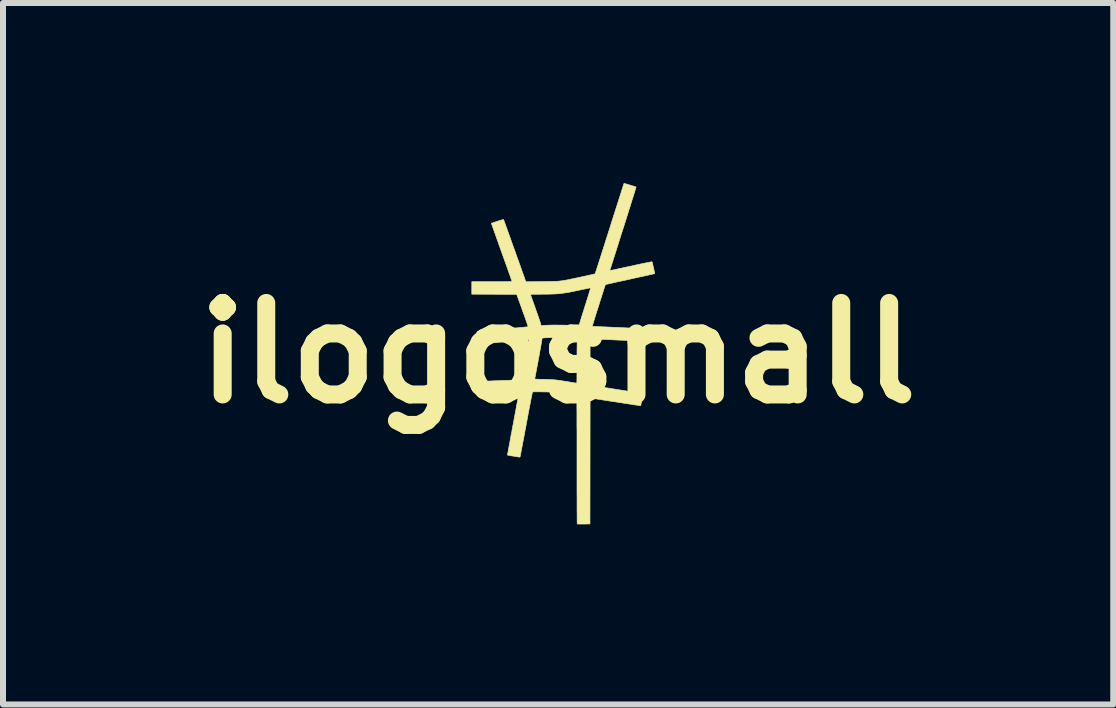
<source format=kicad_pcb>
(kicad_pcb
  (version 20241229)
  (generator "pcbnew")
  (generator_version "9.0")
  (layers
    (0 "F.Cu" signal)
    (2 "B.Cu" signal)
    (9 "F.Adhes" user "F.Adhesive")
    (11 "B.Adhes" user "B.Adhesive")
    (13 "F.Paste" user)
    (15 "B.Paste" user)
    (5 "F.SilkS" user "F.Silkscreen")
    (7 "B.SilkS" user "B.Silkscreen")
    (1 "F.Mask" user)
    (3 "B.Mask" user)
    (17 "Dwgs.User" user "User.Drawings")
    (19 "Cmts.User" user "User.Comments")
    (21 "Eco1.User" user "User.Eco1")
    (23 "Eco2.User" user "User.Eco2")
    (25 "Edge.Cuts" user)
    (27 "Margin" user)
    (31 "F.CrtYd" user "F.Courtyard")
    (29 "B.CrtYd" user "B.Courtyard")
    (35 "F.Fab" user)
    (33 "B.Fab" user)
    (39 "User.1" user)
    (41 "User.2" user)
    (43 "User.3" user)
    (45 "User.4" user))
  (footprint "ilogosmall"
    (layer "F.Cu")
    (at 6.248 2.832)
    (property "Reference" "ilogosmall" (at 0 0 0) (layer "F.SilkS") (effects (font (size 1.524 1.524) (thickness 0.3))))
    (attr through_hole)
    (fp_poly (pts (xy 1.103 -2.826) (xy 1.117 -2.822) (xy 1.136 -2.817) (xy 1.159 -2.81) (xy 1.186 -2.802) (xy 1.213 -2.794) (xy 1.239 -2.786) (xy 1.262 -2.779) (xy 1.282 -2.773) (xy 1.294 -2.769) (xy 1.299 -2.767) (xy 1.298 -2.762) (xy 1.294 -2.747) (xy 1.287 -2.725) (xy 1.278 -2.694) (xy 1.266 -2.655) (xy 1.252 -2.61) (xy 1.235 -2.558) (xy 1.217 -2.501) (xy 1.198 -2.438) (xy 1.176 -2.37) (xy 1.154 -2.298) (xy 1.13 -2.222) (xy 1.105 -2.143) (xy 1.081 -2.069) (xy 1.055 -1.988) (xy 1.03 -1.909) (xy 1.007 -1.834) (xy 0.984 -1.762) (xy 0.963 -1.695) (xy 0.943 -1.633) (xy 0.925 -1.576) (xy 0.909 -1.525) (xy 0.894 -1.48) (xy 0.883 -1.442) (xy 0.873 -1.412) (xy 0.866 -1.39) (xy 0.862 -1.377) (xy 0.861 -1.373) (xy 0.866 -1.374) (xy 0.88 -1.377) (xy 0.902 -1.382) (xy 0.932 -1.388) (xy 0.969 -1.396) (xy 1.012 -1.405) (xy 1.059 -1.415) (xy 1.112 -1.427) (xy 1.167 -1.439) (xy 1.211 -1.448) (xy 1.269 -1.461) (xy 1.324 -1.473) (xy 1.376 -1.484) (xy 1.423 -1.494) (xy 1.464 -1.502) (xy 1.5 -1.509) (xy 1.528 -1.515) (xy 1.549 -1.519) (xy 1.561 -1.521) (xy 1.564 -1.521) (xy 1.567 -1.515) (xy 1.571 -1.501) (xy 1.576 -1.481) (xy 1.581 -1.456) (xy 1.588 -1.43) (xy 1.594 -1.403) (xy 1.599 -1.377) (xy 1.604 -1.354) (xy 1.608 -1.337) (xy 1.609 -1.326) (xy 1.609 -1.323) (xy 1.604 -1.322) (xy 1.59 -1.319) (xy 1.567 -1.313) (xy 1.537 -1.306) (xy 1.499 -1.298) (xy 1.455 -1.288) (xy 1.406 -1.278) (xy 1.352 -1.266) (xy 1.294 -1.253) (xy 1.233 -1.24) (xy 1.199 -1.232) (xy 1.136 -1.218) (xy 1.077 -1.205) (xy 1.02 -1.193) (xy 0.968 -1.182) (xy 0.922 -1.171) (xy 0.881 -1.162) (xy 0.846 -1.154) (xy 0.819 -1.148) (xy 0.8 -1.144) (xy 0.79 -1.141) (xy 0.789 -1.141) (xy 0.787 -1.136) (xy 0.782 -1.121) (xy 0.775 -1.1) (xy 0.765 -1.071) (xy 0.754 -1.036) (xy 0.741 -0.997) (xy 0.728 -0.953) (xy 0.713 -0.907) (xy 0.697 -0.858) (xy 0.682 -0.808) (xy 0.666 -0.758) (xy 0.65 -0.709) (xy 0.635 -0.662) (xy 0.621 -0.617) (xy 0.609 -0.576) (xy 0.597 -0.539) (xy 0.588 -0.508) (xy 0.58 -0.484) (xy 0.575 -0.467) (xy 0.573 -0.458) (xy 0.573 -0.457) (xy 0.572 -0.445) (xy 1.079 -0.422) (xy 1.15 -0.419) (xy 1.219 -0.416) (xy 1.283 -0.413) (xy 1.343 -0.41) (xy 1.399 -0.408) (xy 1.448 -0.405) (xy 1.492 -0.403) (xy 1.528 -0.401) (xy 1.557 -0.399) (xy 1.577 -0.398) (xy 1.588 -0.397) (xy 1.591 -0.397) (xy 1.591 -0.391) (xy 1.591 -0.377) (xy 1.591 -0.357) (xy 1.59 -0.332) (xy 1.589 -0.305) (xy 1.588 -0.277) (xy 1.587 -0.25) (xy 1.585 -0.227) (xy 1.584 -0.208) (xy 1.583 -0.196) (xy 1.582 -0.193) (xy 1.577 -0.193) (xy 1.562 -0.194) (xy 1.539 -0.194) (xy 1.508 -0.195) (xy 1.471 -0.197) (xy 1.427 -0.199) (xy 1.379 -0.201) (xy 1.326 -0.203) (xy 1.269 -0.205) (xy 1.21 -0.207) (xy 1.149 -0.21) (xy 1.087 -0.213) (xy 1.025 -0.215) (xy 0.963 -0.218) (xy 0.903 -0.221) (xy 0.845 -0.223) (xy 0.791 -0.226) (xy 0.74 -0.228) (xy 0.694 -0.23) (xy 0.654 -0.232) (xy 0.62 -0.234) (xy 0.594 -0.235) (xy 0.576 -0.236) (xy 0.568 -0.237) (xy 0.533 -0.24) (xy 0.533 0.536) (xy 0.968 0.605) (xy 1.033 0.615) (xy 1.096 0.625) (xy 1.155 0.634) (xy 1.209 0.643) (xy 1.258 0.651) (xy 1.302 0.658) (xy 1.339 0.664) (xy 1.369 0.669) (xy 1.391 0.673) (xy 1.404 0.675) (xy 1.407 0.676) (xy 1.408 0.681) (xy 1.406 0.695) (xy 1.404 0.715) (xy 1.401 0.739) (xy 1.396 0.766) (xy 1.392 0.793) (xy 1.388 0.82) (xy 1.383 0.843) (xy 1.38 0.862) (xy 1.377 0.874) (xy 1.375 0.877) (xy 1.37 0.876) (xy 1.356 0.875) (xy 1.333 0.871) (xy 1.303 0.867) (xy 1.267 0.862) (xy 1.225 0.855) (xy 1.179 0.848) (xy 1.129 0.841) (xy 1.076 0.832) (xy 1.021 0.824) (xy 0.965 0.815) (xy 0.909 0.807) (xy 0.854 0.798) (xy 0.801 0.79) (xy 0.75 0.782) (xy 0.703 0.774) (xy 0.66 0.768) (xy 0.623 0.762) (xy 0.591 0.756) (xy 0.567 0.752) (xy 0.551 0.75) (xy 0.545 0.748) (xy 0.533 0.746) (xy 0.531 2.847) (xy 0.426 2.849) (xy 0.395 2.849) (xy 0.367 2.849) (xy 0.344 2.848) (xy 0.327 2.848) (xy 0.319 2.847) (xy 0.318 2.847) (xy 0.318 2.841) (xy 0.318 2.826) (xy 0.317 2.802) (xy 0.317 2.769) (xy 0.317 2.728) (xy 0.317 2.679) (xy 0.316 2.622) (xy 0.316 2.559) (xy 0.316 2.489) (xy 0.316 2.414) (xy 0.315 2.333) (xy 0.315 2.247) (xy 0.315 2.156) (xy 0.315 2.062) (xy 0.315 1.964) (xy 0.315 1.863) (xy 0.315 1.777) (xy 0.315 1.649) (xy 0.315 1.528) (xy 0.315 1.415) (xy 0.315 1.309) (xy 0.314 1.212) (xy 0.314 1.122) (xy 0.314 1.041) (xy 0.314 0.968) (xy 0.313 0.903) (xy 0.313 0.848) (xy 0.312 0.802) (xy 0.312 0.765) (xy 0.311 0.737) (xy 0.311 0.719) (xy 0.31 0.712) (xy 0.31 0.711) (xy 0.304 0.71) (xy 0.289 0.708) (xy 0.267 0.705) (xy 0.239 0.701) (xy 0.205 0.695) (xy 0.169 0.69) (xy 0.159 0.688) (xy 0.103 0.679) (xy 0.057 0.672) (xy 0.017 0.666) (xy -0.017 0.661) (xy -0.047 0.657) (xy -0.073 0.654) (xy -0.098 0.652) (xy -0.123 0.65) (xy -0.15 0.649) (xy -0.179 0.648) (xy -0.212 0.647) (xy -0.251 0.647) (xy -0.258 0.647) (xy -0.298 0.646) (xy -0.335 0.646) (xy -0.367 0.646) (xy -0.394 0.646) (xy -0.413 0.647) (xy -0.424 0.648) (xy -0.427 0.648) (xy -0.428 0.654) (xy -0.431 0.669) (xy -0.436 0.692) (xy -0.442 0.724) (xy -0.45 0.763) (xy -0.459 0.808) (xy -0.469 0.86) (xy -0.48 0.917) (xy -0.492 0.979) (xy -0.504 1.045) (xy -0.517 1.115) (xy -0.531 1.187) (xy -0.531 1.191) (xy -0.545 1.264) (xy -0.558 1.333) (xy -0.57 1.4) (xy -0.582 1.462) (xy -0.593 1.519) (xy -0.603 1.571) (xy -0.612 1.617) (xy -0.619 1.656) (xy -0.625 1.688) (xy -0.63 1.712) (xy -0.633 1.727) (xy -0.635 1.733) (xy -0.635 1.733) (xy -0.64 1.733) (xy -0.654 1.732) (xy -0.674 1.729) (xy -0.698 1.725) (xy -0.725 1.721) (xy -0.753 1.716) (xy -0.78 1.712) (xy -0.805 1.707) (xy -0.824 1.704) (xy -0.838 1.701) (xy -0.843 1.699) (xy -0.842 1.694) (xy -0.84 1.679) (xy -0.836 1.656) (xy -0.83 1.625) (xy -0.823 1.587) (xy -0.815 1.541) (xy -0.805 1.49) (xy -0.795 1.434) (xy -0.784 1.372) (xy -0.771 1.307) (xy -0.759 1.238) (xy -0.747 1.178) (xy -0.734 1.107) (xy -0.721 1.039) (xy -0.709 0.974) (xy -0.698 0.913) (xy -0.688 0.858) (xy -0.678 0.807) (xy -0.67 0.763) (xy -0.664 0.726) (xy -0.658 0.696) (xy -0.654 0.674) (xy -0.652 0.661) (xy -0.652 0.657) (xy -0.657 0.657) (xy -0.671 0.657) (xy -0.694 0.658) (xy -0.724 0.659) (xy -0.761 0.66) (xy -0.803 0.661) (xy -0.849 0.663) (xy -0.899 0.665) (xy -0.924 0.666) (xy -0.976 0.668) (xy -1.024 0.669) (xy -1.068 0.671) (xy -1.108 0.672) (xy -1.141 0.673) (xy -1.167 0.674) (xy -1.186 0.674) (xy -1.196 0.674) (xy -1.197 0.674) (xy -1.198 0.668) (xy -1.199 0.655) (xy -1.201 0.635) (xy -1.202 0.61) (xy -1.204 0.583) (xy -1.205 0.555) (xy -1.206 0.528) (xy -1.207 0.504) (xy -1.208 0.485) (xy -1.208 0.473) (xy -1.208 0.469) (xy -1.202 0.469) (xy -1.188 0.468) (xy -1.165 0.467) (xy -1.135 0.466) (xy -1.098 0.464) (xy -1.056 0.462) (xy -1.008 0.461) (xy -0.957 0.459) (xy -0.909 0.457) (xy -0.855 0.455) (xy -0.804 0.453) (xy -0.758 0.451) (xy -0.716 0.449) (xy -0.68 0.448) (xy -0.65 0.447) (xy -0.628 0.446) (xy -0.615 0.445) (xy -0.611 0.445) (xy -0.61 0.44) (xy -0.607 0.427) (xy -0.389 0.427) (xy -0.389 0.43) (xy -0.386 0.432) (xy -0.38 0.433) (xy -0.37 0.434) (xy -0.354 0.435) (xy -0.331 0.436) (xy -0.301 0.437) (xy -0.263 0.438) (xy -0.238 0.438) (xy -0.194 0.439) (xy -0.156 0.44) (xy -0.121 0.442) (xy -0.089 0.444) (xy -0.058 0.446) (xy -0.025 0.45) (xy 0.01 0.454) (xy 0.05 0.46) (xy 0.095 0.467) (xy 0.148 0.475) (xy 0.188 0.482) (xy 0.222 0.488) (xy 0.252 0.493) (xy 0.277 0.497) (xy 0.297 0.5) (xy 0.308 0.502) (xy 0.311 0.502) (xy 0.312 0.497) (xy 0.312 0.483) (xy 0.313 0.461) (xy 0.314 0.43) (xy 0.314 0.393) (xy 0.314 0.35) (xy 0.315 0.302) (xy 0.315 0.249) (xy 0.315 0.193) (xy 0.315 0.169) (xy 0.315 0.11) (xy 0.315 0.054) (xy 0.315 0.000009) (xy 0.316 -0.05) (xy 0.316 -0.094) (xy 0.317 -0.133) (xy 0.317 -0.165) (xy 0.318 -0.189) (xy 0.318 -0.204) (xy 0.318 -0.206) (xy 0.321 -0.248) (xy 0.225 -0.252) (xy 0.194 -0.253) (xy 0.157 -0.254) (xy 0.115 -0.255) (xy 0.07 -0.256) (xy 0.024 -0.256) (xy -0.023 -0.256) (xy -0.068 -0.256) (xy -0.111 -0.256) (xy -0.151 -0.256) (xy -0.185 -0.255) (xy -0.212 -0.254) (xy -0.232 -0.253) (xy -0.239 -0.252) (xy -0.267 -0.248) (xy -0.273 -0.202) (xy -0.275 -0.19) (xy -0.278 -0.17) (xy -0.283 -0.143) (xy -0.289 -0.109) (xy -0.296 -0.07) (xy -0.304 -0.026) (xy -0.312 0.02) (xy -0.321 0.069) (xy -0.33 0.118) (xy -0.339 0.167) (xy -0.348 0.215) (xy -0.357 0.261) (xy -0.365 0.304) (xy -0.372 0.342) (xy -0.378 0.374) (xy -0.383 0.4) (xy -0.387 0.418) (xy -0.389 0.427) (xy -0.389 0.427) (xy -0.607 0.427) (xy -0.607 0.425) (xy -0.602 0.403) (xy -0.597 0.374) (xy -0.59 0.339) (xy -0.582 0.299) (xy -0.574 0.255) (xy -0.565 0.208) (xy -0.556 0.159) (xy -0.547 0.11) (xy -0.538 0.06) (xy -0.529 0.011) (xy -0.52 -0.035) (xy -0.512 -0.079) (xy -0.505 -0.118) (xy -0.499 -0.152) (xy -0.494 -0.18) (xy -0.49 -0.201) (xy -0.488 -0.214) (xy -0.488 -0.218) (xy -0.488 -0.225) (xy -0.492 -0.228) (xy -0.501 -0.228) (xy -0.514 -0.227) (xy -0.535 -0.225) (xy -0.563 -0.222) (xy -0.598 -0.219) (xy -0.639 -0.215) (xy -0.684 -0.21) (xy -0.734 -0.206) (xy -0.786 -0.201) (xy -0.841 -0.196) (xy -0.897 -0.191) (xy -0.953 -0.186) (xy -1.008 -0.181) (xy -1.062 -0.176) (xy -1.114 -0.171) (xy -1.162 -0.167) (xy -1.206 -0.163) (xy -1.244 -0.16) (xy -1.277 -0.158) (xy -1.302 -0.155) (xy -1.32 -0.154) (xy -1.328 -0.154) (xy -1.329 -0.154) (xy -1.331 -0.16) (xy -1.333 -0.174) (xy -1.335 -0.194) (xy -1.338 -0.219) (xy -1.341 -0.246) (xy -1.343 -0.274) (xy -1.345 -0.301) (xy -1.347 -0.324) (xy -1.348 -0.342) (xy -1.348 -0.353) (xy -1.347 -0.356) (xy -1.342 -0.357) (xy -1.327 -0.359) (xy -1.304 -0.361) (xy -1.272 -0.365) (xy -1.234 -0.368) (xy -1.19 -0.373) (xy -1.14 -0.378) (xy -1.085 -0.383) (xy -1.026 -0.388) (xy -0.965 -0.394) (xy -0.947 -0.396) (xy -0.884 -0.402) (xy -0.824 -0.407) (xy -0.766 -0.413) (xy -0.713 -0.418) (xy -0.665 -0.422) (xy -0.622 -0.426) (xy -0.586 -0.429) (xy -0.557 -0.432) (xy -0.537 -0.434) (xy -0.526 -0.435) (xy -0.525 -0.435) (xy -0.499 -0.438) (xy -0.506 -0.462) (xy -0.509 -0.471) (xy -0.515 -0.489) (xy -0.524 -0.514) (xy -0.535 -0.546) (xy -0.548 -0.584) (xy -0.563 -0.626) (xy -0.58 -0.671) (xy -0.597 -0.719) (xy -0.601 -0.732) (xy -0.688 -0.973) (xy -0.46 -0.973) (xy -0.46 -0.972) (xy -0.453 -0.955) (xy -0.445 -0.93) (xy -0.434 -0.9) (xy -0.421 -0.864) (xy -0.407 -0.825) (xy -0.392 -0.784) (xy -0.377 -0.74) (xy -0.362 -0.697) (xy -0.347 -0.655) (xy -0.333 -0.615) (xy -0.321 -0.579) (xy -0.31 -0.547) (xy -0.301 -0.521) (xy -0.295 -0.502) (xy -0.292 -0.492) (xy -0.292 -0.491) (xy -0.283 -0.456) (xy -0.262 -0.459) (xy -0.251 -0.46) (xy -0.232 -0.461) (xy -0.206 -0.463) (xy -0.175 -0.464) (xy -0.14 -0.465) (xy -0.117 -0.466) (xy -0.063 -0.467) (xy -0.001 -0.466) (xy 0.065 -0.466) (xy 0.133 -0.464) (xy 0.176 -0.462) (xy 0.217 -0.461) (xy 0.254 -0.46) (xy 0.287 -0.459) (xy 0.313 -0.458) (xy 0.333 -0.458) (xy 0.345 -0.458) (xy 0.348 -0.458) (xy 0.351 -0.464) (xy 0.355 -0.477) (xy 0.36 -0.496) (xy 0.363 -0.506) (xy 0.367 -0.52) (xy 0.373 -0.542) (xy 0.383 -0.571) (xy 0.394 -0.607) (xy 0.406 -0.649) (xy 0.421 -0.694) (xy 0.436 -0.743) (xy 0.452 -0.794) (xy 0.46 -0.817) (xy 0.475 -0.867) (xy 0.49 -0.914) (xy 0.504 -0.957) (xy 0.515 -0.995) (xy 0.525 -1.028) (xy 0.533 -1.054) (xy 0.539 -1.073) (xy 0.541 -1.084) (xy 0.542 -1.086) (xy 0.536 -1.085) (xy 0.522 -1.083) (xy 0.5 -1.079) (xy 0.472 -1.073) (xy 0.438 -1.066) (xy 0.4 -1.058) (xy 0.362 -1.05) (xy 0.291 -1.035) (xy 0.229 -1.022) (xy 0.172 -1.011) (xy 0.12 -1.003) (xy 0.071 -0.996) (xy 0.022 -0.99) (xy -0.027 -0.986) (xy -0.079 -0.984) (xy -0.136 -0.982) (xy -0.198 -0.981) (xy -0.269 -0.981) (xy -0.284 -0.98) (xy -0.331 -0.98) (xy -0.369 -0.98) (xy -0.4 -0.98) (xy -0.422 -0.98) (xy -0.439 -0.979) (xy -0.45 -0.978) (xy -0.456 -0.977) (xy -0.46 -0.975) (xy -0.46 -0.973) (xy -0.688 -0.973) (xy -0.689 -0.978) (xy -1.438 -0.981) (xy -1.438 -1.189) (xy -1.102 -1.189) (xy -1.045 -1.189) (xy -0.991 -1.189) (xy -0.94 -1.189) (xy -0.895 -1.19) (xy -0.855 -1.19) (xy -0.822 -1.19) (xy -0.795 -1.191) (xy -0.777 -1.192) (xy -0.768 -1.192) (xy -0.767 -1.193) (xy -0.769 -1.198) (xy -0.774 -1.212) (xy -0.782 -1.234) (xy -0.792 -1.264) (xy -0.805 -1.301) (xy -0.821 -1.345) (xy -0.838 -1.394) (xy -0.857 -1.448) (xy -0.878 -1.506) (xy -0.901 -1.569) (xy -0.924 -1.634) (xy -0.94 -1.679) (xy -0.964 -1.746) (xy -0.987 -1.81) (xy -1.008 -1.871) (xy -1.029 -1.928) (xy -1.047 -1.98) (xy -1.064 -2.027) (xy -1.078 -2.068) (xy -1.091 -2.102) (xy -1.1 -2.129) (xy -1.107 -2.149) (xy -1.111 -2.16) (xy -1.111 -2.162) (xy -1.106 -2.164) (xy -1.093 -2.168) (xy -1.073 -2.175) (xy -1.048 -2.183) (xy -1.019 -2.193) (xy -1.01 -2.196) (xy -0.976 -2.207) (xy -0.951 -2.215) (xy -0.932 -2.22) (xy -0.92 -2.223) (xy -0.912 -2.224) (xy -0.908 -2.223) (xy -0.907 -2.221) (xy -0.905 -2.215) (xy -0.899 -2.2) (xy -0.891 -2.177) (xy -0.88 -2.147) (xy -0.867 -2.111) (xy -0.852 -2.069) (xy -0.835 -2.022) (xy -0.817 -1.97) (xy -0.797 -1.916) (xy -0.777 -1.858) (xy -0.756 -1.799) (xy -0.734 -1.739) (xy -0.712 -1.678) (xy -0.691 -1.618) (xy -0.67 -1.56) (xy -0.649 -1.503) (xy -0.63 -1.449) (xy -0.612 -1.398) (xy -0.596 -1.352) (xy -0.581 -1.311) (xy -0.568 -1.276) (xy -0.558 -1.247) (xy -0.551 -1.226) (xy -0.546 -1.213) (xy -0.545 -1.21) (xy -0.537 -1.188) (xy -0.277 -1.19) (xy -0.215 -1.191) (xy -0.161 -1.192) (xy -0.115 -1.193) (xy -0.076 -1.194) (xy -0.042 -1.195) (xy -0.012 -1.196) (xy 0.014 -1.198) (xy 0.038 -1.201) (xy 0.062 -1.204) (xy 0.086 -1.207) (xy 0.112 -1.211) (xy 0.114 -1.212) (xy 0.131 -1.215) (xy 0.155 -1.219) (xy 0.185 -1.226) (xy 0.22 -1.233) (xy 0.259 -1.241) (xy 0.301 -1.25) (xy 0.344 -1.259) (xy 0.388 -1.269) (xy 0.431 -1.278) (xy 0.473 -1.287) (xy 0.511 -1.296) (xy 0.545 -1.303) (xy 0.574 -1.31) (xy 0.596 -1.315) (xy 0.611 -1.319) (xy 0.616 -1.321) (xy 0.616 -1.321) (xy 0.618 -1.326) (xy 0.623 -1.34) (xy 0.631 -1.363) (xy 0.641 -1.395) (xy 0.654 -1.433) (xy 0.668 -1.479) (xy 0.685 -1.531) (xy 0.704 -1.59) (xy 0.724 -1.653) (xy 0.746 -1.722) (xy 0.77 -1.795) (xy 0.794 -1.873) (xy 0.82 -1.953) (xy 0.846 -2.036) (xy 0.859 -2.075) (xy 0.885 -2.16) (xy 0.911 -2.241) (xy 0.936 -2.32) (xy 0.96 -2.395) (xy 0.983 -2.466) (xy 1.004 -2.532) (xy 1.023 -2.592) (xy 1.041 -2.647) (xy 1.056 -2.696) (xy 1.069 -2.738) (xy 1.08 -2.772) (xy 1.089 -2.798) (xy 1.095 -2.817) (xy 1.098 -2.826) (xy 1.098 -2.827) (xy 1.103 -2.826)) (stroke (width 0.01) (type solid)) (fill yes) (layer "F.SilkS")))
  (gr_rect
    (start -3 -3)
    (end 15.497 8.686)
    (stroke (width 0.1) (type default))
    (fill no)
    (layer "Edge.Cuts")))
</source>
